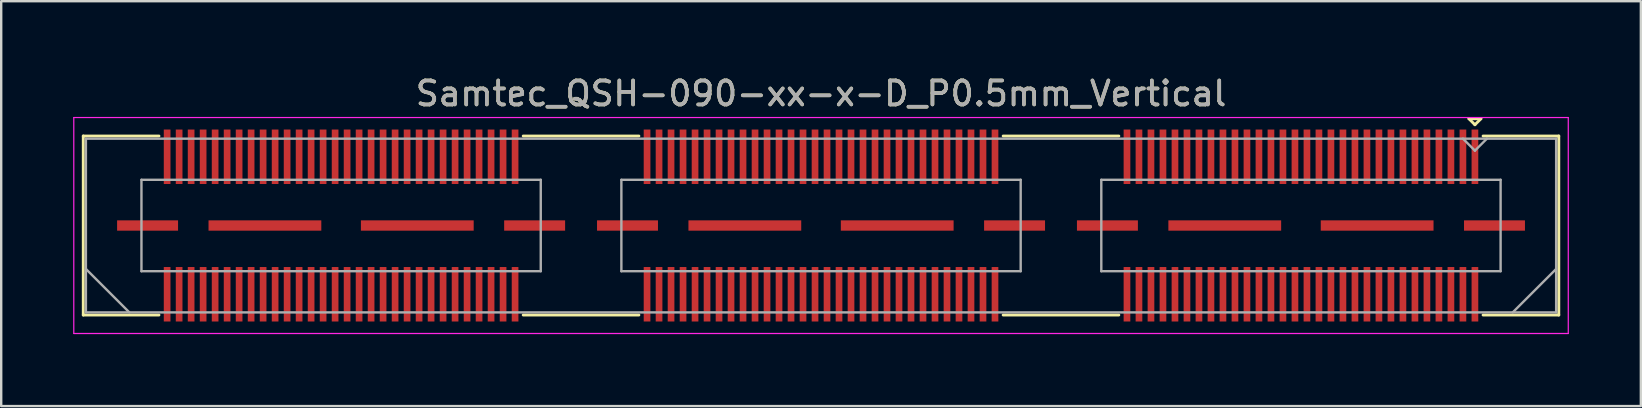
<source format=kicad_pcb>
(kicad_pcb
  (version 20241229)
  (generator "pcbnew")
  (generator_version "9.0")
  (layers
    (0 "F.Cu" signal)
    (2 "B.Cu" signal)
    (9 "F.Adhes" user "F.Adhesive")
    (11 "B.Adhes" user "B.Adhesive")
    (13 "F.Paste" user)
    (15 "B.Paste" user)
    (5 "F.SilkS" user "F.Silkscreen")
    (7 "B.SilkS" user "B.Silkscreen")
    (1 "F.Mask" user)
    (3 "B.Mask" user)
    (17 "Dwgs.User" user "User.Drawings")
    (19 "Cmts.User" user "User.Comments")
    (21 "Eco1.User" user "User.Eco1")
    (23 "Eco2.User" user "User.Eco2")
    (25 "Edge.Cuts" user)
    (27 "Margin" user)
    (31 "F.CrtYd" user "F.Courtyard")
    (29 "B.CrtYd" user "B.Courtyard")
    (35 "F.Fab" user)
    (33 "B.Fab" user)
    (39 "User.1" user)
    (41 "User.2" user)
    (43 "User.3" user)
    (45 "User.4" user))
  (footprint "Samtec_QSH-090-xx-x-D_P0.5mm_Vertical"
    (layer "F.Cu")
    (at 31.165 6.348)
    (property "Reference" "Samtec_QSH-090-xx-x-D_P0.5mm_Vertical" (at 0 -5.5 0) (layer "F.SilkS") (effects (font (size 1 1) (thickness 0.15))))
    (attr smd)
    (fp_line (start -30.745 -3.73) (end -27.59 -3.73) (stroke (width 0.12) (type solid)) (layer "F.SilkS"))
    (fp_line (start -30.745 3.73) (end -30.745 -3.73) (stroke (width 0.12) (type solid)) (layer "F.SilkS"))
    (fp_line (start -27.59 3.73) (end -30.745 3.73) (stroke (width 0.12) (type solid)) (layer "F.SilkS"))
    (fp_line (start -7.59 -3.73) (end -12.411 -3.73) (stroke (width 0.12) (type solid)) (layer "F.SilkS"))
    (fp_line (start -7.59 3.73) (end -12.411 3.73) (stroke (width 0.12) (type solid)) (layer "F.SilkS"))
    (fp_line (start 12.411 -3.73) (end 7.59 -3.73) (stroke (width 0.12) (type solid)) (layer "F.SilkS"))
    (fp_line (start 12.411 3.73) (end 7.59 3.73) (stroke (width 0.12) (type solid)) (layer "F.SilkS"))
    (fp_line (start 27 -4.45) (end 27.5 -4.45) (stroke (width 0.12) (type solid)) (layer "F.SilkS"))
    (fp_line (start 27.25 -4.2) (end 27 -4.45) (stroke (width 0.12) (type solid)) (layer "F.SilkS"))
    (fp_line (start 27.5 -4.45) (end 27.25 -4.2) (stroke (width 0.12) (type solid)) (layer "F.SilkS"))
    (fp_line (start 27.59 3.73) (end 30.745 3.73) (stroke (width 0.12) (type solid)) (layer "F.SilkS"))
    (fp_line (start 30.745 -3.73) (end 27.59 -3.73) (stroke (width 0.12) (type solid)) (layer "F.SilkS"))
    (fp_line (start 30.745 3.73) (end 30.745 -3.73) (stroke (width 0.12) (type solid)) (layer "F.SilkS"))
    (fp_line (start -31.14 -4.5) (end -31.14 4.5) (stroke (width 0.05) (type solid)) (layer "F.CrtYd"))
    (fp_line (start -31.14 4.5) (end 31.14 4.5) (stroke (width 0.05) (type solid)) (layer "F.CrtYd"))
    (fp_line (start 31.14 -4.5) (end -31.14 -4.5) (stroke (width 0.05) (type solid)) (layer "F.CrtYd"))
    (fp_line (start 31.14 4.5) (end 31.14 -4.5) (stroke (width 0.05) (type solid)) (layer "F.CrtYd"))
    (fp_line (start -30.635 -3.62) (end -30.635 3.62) (stroke (width 0.1) (type solid)) (layer "F.Fab"))
    (fp_line (start -30.635 1.81) (end -28.825 3.62) (stroke (width 0.1) (type solid)) (layer "F.Fab"))
    (fp_line (start -30.635 3.62) (end 30.635 3.62) (stroke (width 0.1) (type solid)) (layer "F.Fab"))
    (fp_line (start -28.32 -1.905) (end -28.32 1.905) (stroke (width 0.1) (type solid)) (layer "F.Fab"))
    (fp_line (start -28.32 1.905) (end -11.68 1.905) (stroke (width 0.1) (type solid)) (layer "F.Fab"))
    (fp_line (start -11.68 -1.905) (end -28.32 -1.905) (stroke (width 0.1) (type solid)) (layer "F.Fab"))
    (fp_line (start -11.68 1.905) (end -11.68 -1.905) (stroke (width 0.1) (type solid)) (layer "F.Fab"))
    (fp_line (start -8.32 -1.905) (end -8.32 1.905) (stroke (width 0.1) (type solid)) (layer "F.Fab"))
    (fp_line (start -8.32 1.905) (end 8.32 1.905) (stroke (width 0.1) (type solid)) (layer "F.Fab"))
    (fp_line (start 8.32 -1.905) (end -8.32 -1.905) (stroke (width 0.1) (type solid)) (layer "F.Fab"))
    (fp_line (start 8.32 1.905) (end 8.32 -1.905) (stroke (width 0.1) (type solid)) (layer "F.Fab"))
    (fp_line (start 11.68 -1.905) (end 11.68 1.905) (stroke (width 0.1) (type solid)) (layer "F.Fab"))
    (fp_line (start 11.68 1.905) (end 28.32 1.905) (stroke (width 0.1) (type solid)) (layer "F.Fab"))
    (fp_line (start 27.25 -3.12) (end 26.75 -3.62) (stroke (width 0.1) (type solid)) (layer "F.Fab"))
    (fp_line (start 27.75 -3.62) (end 27.25 -3.12) (stroke (width 0.1) (type solid)) (layer "F.Fab"))
    (fp_line (start 28.32 -1.905) (end 11.68 -1.905) (stroke (width 0.1) (type solid)) (layer "F.Fab"))
    (fp_line (start 28.32 1.905) (end 28.32 -1.905) (stroke (width 0.1) (type solid)) (layer "F.Fab"))
    (fp_line (start 30.635 -3.62) (end -30.635 -3.62) (stroke (width 0.1) (type solid)) (layer "F.Fab"))
    (fp_line (start 30.635 1.81) (end 28.825 3.62) (stroke (width 0.1) (type solid)) (layer "F.Fab"))
    (fp_line (start 30.635 3.62) (end 30.635 -3.62) (stroke (width 0.1) (type solid)) (layer "F.Fab"))
    (fp_text user "${REFERENCE}" (at 0 -5.5 0) (layer "F.Fab") (effects (font (size 1 1) (thickness 0.15))))
    (pad "1" smd rect (at 27.25 -2.865) (size 0.279 2.27) (layers "F.Cu" "F.Mask" "F.Paste"))
    (pad "2" smd rect (at 27.25 2.865) (size 0.279 2.27) (layers "F.Cu" "F.Mask" "F.Paste"))
    (pad "3" smd rect (at 26.75 -2.865) (size 0.279 2.27) (layers "F.Cu" "F.Mask" "F.Paste"))
    (pad "4" smd rect (at 26.75 2.865) (size 0.279 2.27) (layers "F.Cu" "F.Mask" "F.Paste"))
    (pad "5" smd rect (at 26.25 -2.865) (size 0.279 2.27) (layers "F.Cu" "F.Mask" "F.Paste"))
    (pad "6" smd rect (at 26.25 2.865) (size 0.279 2.27) (layers "F.Cu" "F.Mask" "F.Paste"))
    (pad "7" smd rect (at 25.75 -2.865) (size 0.279 2.27) (layers "F.Cu" "F.Mask" "F.Paste"))
    (pad "8" smd rect (at 25.75 2.865) (size 0.279 2.27) (layers "F.Cu" "F.Mask" "F.Paste"))
    (pad "9" smd rect (at 25.25 -2.865) (size 0.279 2.27) (layers "F.Cu" "F.Mask" "F.Paste"))
    (pad "10" smd rect (at 25.25 2.865) (size 0.279 2.27) (layers "F.Cu" "F.Mask" "F.Paste"))
    (pad "11" smd rect (at 24.75 -2.865) (size 0.279 2.27) (layers "F.Cu" "F.Mask" "F.Paste"))
    (pad "12" smd rect (at 24.75 2.865) (size 0.279 2.27) (layers "F.Cu" "F.Mask" "F.Paste"))
    (pad "13" smd rect (at 24.25 -2.865) (size 0.279 2.27) (layers "F.Cu" "F.Mask" "F.Paste"))
    (pad "14" smd rect (at 24.25 2.865) (size 0.279 2.27) (layers "F.Cu" "F.Mask" "F.Paste"))
    (pad "15" smd rect (at 23.75 -2.865) (size 0.279 2.27) (layers "F.Cu" "F.Mask" "F.Paste"))
    (pad "16" smd rect (at 23.75 2.865) (size 0.279 2.27) (layers "F.Cu" "F.Mask" "F.Paste"))
    (pad "17" smd rect (at 23.25 -2.865) (size 0.279 2.27) (layers "F.Cu" "F.Mask" "F.Paste"))
    (pad "18" smd rect (at 23.25 2.865) (size 0.279 2.27) (layers "F.Cu" "F.Mask" "F.Paste"))
    (pad "19" smd rect (at 22.75 -2.865) (size 0.279 2.27) (layers "F.Cu" "F.Mask" "F.Paste"))
    (pad "20" smd rect (at 22.75 2.865) (size 0.279 2.27) (layers "F.Cu" "F.Mask" "F.Paste"))
    (pad "21" smd rect (at 22.25 -2.865) (size 0.279 2.27) (layers "F.Cu" "F.Mask" "F.Paste"))
    (pad "22" smd rect (at 22.25 2.865) (size 0.279 2.27) (layers "F.Cu" "F.Mask" "F.Paste"))
    (pad "23" smd rect (at 21.75 -2.865) (size 0.279 2.27) (layers "F.Cu" "F.Mask" "F.Paste"))
    (pad "24" smd rect (at 21.75 2.865) (size 0.279 2.27) (layers "F.Cu" "F.Mask" "F.Paste"))
    (pad "25" smd rect (at 21.25 -2.865) (size 0.279 2.27) (layers "F.Cu" "F.Mask" "F.Paste"))
    (pad "26" smd rect (at 21.25 2.865) (size 0.279 2.27) (layers "F.Cu" "F.Mask" "F.Paste"))
    (pad "27" smd rect (at 20.75 -2.865) (size 0.279 2.27) (layers "F.Cu" "F.Mask" "F.Paste"))
    (pad "28" smd rect (at 20.75 2.865) (size 0.279 2.27) (layers "F.Cu" "F.Mask" "F.Paste"))
    (pad "29" smd rect (at 20.25 -2.865) (size 0.279 2.27) (layers "F.Cu" "F.Mask" "F.Paste"))
    (pad "30" smd rect (at 20.25 2.865) (size 0.279 2.27) (layers "F.Cu" "F.Mask" "F.Paste"))
    (pad "31" smd rect (at 19.75 -2.865) (size 0.279 2.27) (layers "F.Cu" "F.Mask" "F.Paste"))
    (pad "32" smd rect (at 19.75 2.865) (size 0.279 2.27) (layers "F.Cu" "F.Mask" "F.Paste"))
    (pad "33" smd rect (at 19.25 -2.865) (size 0.279 2.27) (layers "F.Cu" "F.Mask" "F.Paste"))
    (pad "34" smd rect (at 19.25 2.865) (size 0.279 2.27) (layers "F.Cu" "F.Mask" "F.Paste"))
    (pad "35" smd rect (at 18.75 -2.865) (size 0.279 2.27) (layers "F.Cu" "F.Mask" "F.Paste"))
    (pad "36" smd rect (at 18.75 2.865) (size 0.279 2.27) (layers "F.Cu" "F.Mask" "F.Paste"))
    (pad "37" smd rect (at 18.25 -2.865) (size 0.279 2.27) (layers "F.Cu" "F.Mask" "F.Paste"))
    (pad "38" smd rect (at 18.25 2.865) (size 0.279 2.27) (layers "F.Cu" "F.Mask" "F.Paste"))
    (pad "39" smd rect (at 17.75 -2.865) (size 0.279 2.27) (layers "F.Cu" "F.Mask" "F.Paste"))
    (pad "40" smd rect (at 17.75 2.865) (size 0.279 2.27) (layers "F.Cu" "F.Mask" "F.Paste"))
    (pad "41" smd rect (at 17.25 -2.865) (size 0.279 2.27) (layers "F.Cu" "F.Mask" "F.Paste"))
    (pad "42" smd rect (at 17.25 2.865) (size 0.279 2.27) (layers "F.Cu" "F.Mask" "F.Paste"))
    (pad "43" smd rect (at 16.75 -2.865) (size 0.279 2.27) (layers "F.Cu" "F.Mask" "F.Paste"))
    (pad "44" smd rect (at 16.75 2.865) (size 0.279 2.27) (layers "F.Cu" "F.Mask" "F.Paste"))
    (pad "45" smd rect (at 16.25 -2.865) (size 0.279 2.27) (layers "F.Cu" "F.Mask" "F.Paste"))
    (pad "46" smd rect (at 16.25 2.865) (size 0.279 2.27) (layers "F.Cu" "F.Mask" "F.Paste"))
    (pad "47" smd rect (at 15.75 -2.865) (size 0.279 2.27) (layers "F.Cu" "F.Mask" "F.Paste"))
    (pad "48" smd rect (at 15.75 2.865) (size 0.279 2.27) (layers "F.Cu" "F.Mask" "F.Paste"))
    (pad "49" smd rect (at 15.25 -2.865) (size 0.279 2.27) (layers "F.Cu" "F.Mask" "F.Paste"))
    (pad "50" smd rect (at 15.25 2.865) (size 0.279 2.27) (layers "F.Cu" "F.Mask" "F.Paste"))
    (pad "51" smd rect (at 14.75 -2.865) (size 0.279 2.27) (layers "F.Cu" "F.Mask" "F.Paste"))
    (pad "52" smd rect (at 14.75 2.865) (size 0.279 2.27) (layers "F.Cu" "F.Mask" "F.Paste"))
    (pad "53" smd rect (at 14.25 -2.865) (size 0.279 2.27) (layers "F.Cu" "F.Mask" "F.Paste"))
    (pad "54" smd rect (at 14.25 2.865) (size 0.279 2.27) (layers "F.Cu" "F.Mask" "F.Paste"))
    (pad "55" smd rect (at 13.75 -2.865) (size 0.279 2.27) (layers "F.Cu" "F.Mask" "F.Paste"))
    (pad "56" smd rect (at 13.75 2.865) (size 0.279 2.27) (layers "F.Cu" "F.Mask" "F.Paste"))
    (pad "57" smd rect (at 13.25 -2.865) (size 0.279 2.27) (layers "F.Cu" "F.Mask" "F.Paste"))
    (pad "58" smd rect (at 13.25 2.865) (size 0.279 2.27) (layers "F.Cu" "F.Mask" "F.Paste"))
    (pad "59" smd rect (at 12.75 -2.865) (size 0.279 2.27) (layers "F.Cu" "F.Mask" "F.Paste"))
    (pad "60" smd rect (at 12.75 2.865) (size 0.279 2.27) (layers "F.Cu" "F.Mask" "F.Paste"))
    (pad "61" smd rect (at 7.25 -2.865) (size 0.279 2.27) (layers "F.Cu" "F.Mask" "F.Paste"))
    (pad "62" smd rect (at 7.25 2.865) (size 0.279 2.27) (layers "F.Cu" "F.Mask" "F.Paste"))
    (pad "63" smd rect (at 6.75 -2.865) (size 0.279 2.27) (layers "F.Cu" "F.Mask" "F.Paste"))
    (pad "64" smd rect (at 6.75 2.865) (size 0.279 2.27) (layers "F.Cu" "F.Mask" "F.Paste"))
    (pad "65" smd rect (at 6.25 -2.865) (size 0.279 2.27) (layers "F.Cu" "F.Mask" "F.Paste"))
    (pad "66" smd rect (at 6.25 2.865) (size 0.279 2.27) (layers "F.Cu" "F.Mask" "F.Paste"))
    (pad "67" smd rect (at 5.75 -2.865) (size 0.279 2.27) (layers "F.Cu" "F.Mask" "F.Paste"))
    (pad "68" smd rect (at 5.75 2.865) (size 0.279 2.27) (layers "F.Cu" "F.Mask" "F.Paste"))
    (pad "69" smd rect (at 5.25 -2.865) (size 0.279 2.27) (layers "F.Cu" "F.Mask" "F.Paste"))
    (pad "70" smd rect (at 5.25 2.865) (size 0.279 2.27) (layers "F.Cu" "F.Mask" "F.Paste"))
    (pad "71" smd rect (at 4.75 -2.865) (size 0.279 2.27) (layers "F.Cu" "F.Mask" "F.Paste"))
    (pad "72" smd rect (at 4.75 2.865) (size 0.279 2.27) (layers "F.Cu" "F.Mask" "F.Paste"))
    (pad "73" smd rect (at 4.25 -2.865) (size 0.279 2.27) (layers "F.Cu" "F.Mask" "F.Paste"))
    (pad "74" smd rect (at 4.25 2.865) (size 0.279 2.27) (layers "F.Cu" "F.Mask" "F.Paste"))
    (pad "75" smd rect (at 3.75 -2.865) (size 0.279 2.27) (layers "F.Cu" "F.Mask" "F.Paste"))
    (pad "76" smd rect (at 3.75 2.865) (size 0.279 2.27) (layers "F.Cu" "F.Mask" "F.Paste"))
    (pad "77" smd rect (at 3.25 -2.865) (size 0.279 2.27) (layers "F.Cu" "F.Mask" "F.Paste"))
    (pad "78" smd rect (at 3.25 2.865) (size 0.279 2.27) (layers "F.Cu" "F.Mask" "F.Paste"))
    (pad "79" smd rect (at 2.75 -2.865) (size 0.279 2.27) (layers "F.Cu" "F.Mask" "F.Paste"))
    (pad "80" smd rect (at 2.75 2.865) (size 0.279 2.27) (layers "F.Cu" "F.Mask" "F.Paste"))
    (pad "81" smd rect (at 2.25 -2.865) (size 0.279 2.27) (layers "F.Cu" "F.Mask" "F.Paste"))
    (pad "82" smd rect (at 2.25 2.865) (size 0.279 2.27) (layers "F.Cu" "F.Mask" "F.Paste"))
    (pad "83" smd rect (at 1.75 -2.865) (size 0.279 2.27) (layers "F.Cu" "F.Mask" "F.Paste"))
    (pad "84" smd rect (at 1.75 2.865) (size 0.279 2.27) (layers "F.Cu" "F.Mask" "F.Paste"))
    (pad "85" smd rect (at 1.25 -2.865) (size 0.279 2.27) (layers "F.Cu" "F.Mask" "F.Paste"))
    (pad "86" smd rect (at 1.25 2.865) (size 0.279 2.27) (layers "F.Cu" "F.Mask" "F.Paste"))
    (pad "87" smd rect (at 0.75 -2.865) (size 0.279 2.27) (layers "F.Cu" "F.Mask" "F.Paste"))
    (pad "88" smd rect (at 0.75 2.865) (size 0.279 2.27) (layers "F.Cu" "F.Mask" "F.Paste"))
    (pad "89" smd rect (at 0.25 -2.865) (size 0.279 2.27) (layers "F.Cu" "F.Mask" "F.Paste"))
    (pad "90" smd rect (at 0.25 2.865) (size 0.279 2.27) (layers "F.Cu" "F.Mask" "F.Paste"))
    (pad "91" smd rect (at -0.25 -2.865) (size 0.279 2.27) (layers "F.Cu" "F.Mask" "F.Paste"))
    (pad "92" smd rect (at -0.25 2.865) (size 0.279 2.27) (layers "F.Cu" "F.Mask" "F.Paste"))
    (pad "93" smd rect (at -0.75 -2.865) (size 0.279 2.27) (layers "F.Cu" "F.Mask" "F.Paste"))
    (pad "94" smd rect (at -0.75 2.865) (size 0.279 2.27) (layers "F.Cu" "F.Mask" "F.Paste"))
    (pad "95" smd rect (at -1.25 -2.865) (size 0.279 2.27) (layers "F.Cu" "F.Mask" "F.Paste"))
    (pad "96" smd rect (at -1.25 2.865) (size 0.279 2.27) (layers "F.Cu" "F.Mask" "F.Paste"))
    (pad "97" smd rect (at -1.75 -2.865) (size 0.279 2.27) (layers "F.Cu" "F.Mask" "F.Paste"))
    (pad "98" smd rect (at -1.75 2.865) (size 0.279 2.27) (layers "F.Cu" "F.Mask" "F.Paste"))
    (pad "99" smd rect (at -2.25 -2.865) (size 0.279 2.27) (layers "F.Cu" "F.Mask" "F.Paste"))
    (pad "100" smd rect (at -2.25 2.865) (size 0.279 2.27) (layers "F.Cu" "F.Mask" "F.Paste"))
    (pad "101" smd rect (at -2.75 -2.865) (size 0.279 2.27) (layers "F.Cu" "F.Mask" "F.Paste"))
    (pad "102" smd rect (at -2.75 2.865) (size 0.279 2.27) (layers "F.Cu" "F.Mask" "F.Paste"))
    (pad "103" smd rect (at -3.25 -2.865) (size 0.279 2.27) (layers "F.Cu" "F.Mask" "F.Paste"))
    (pad "104" smd rect (at -3.25 2.865) (size 0.279 2.27) (layers "F.Cu" "F.Mask" "F.Paste"))
    (pad "105" smd rect (at -3.75 -2.865) (size 0.279 2.27) (layers "F.Cu" "F.Mask" "F.Paste"))
    (pad "106" smd rect (at -3.75 2.865) (size 0.279 2.27) (layers "F.Cu" "F.Mask" "F.Paste"))
    (pad "107" smd rect (at -4.25 -2.865) (size 0.279 2.27) (layers "F.Cu" "F.Mask" "F.Paste"))
    (pad "108" smd rect (at -4.25 2.865) (size 0.279 2.27) (layers "F.Cu" "F.Mask" "F.Paste"))
    (pad "109" smd rect (at -4.75 -2.865) (size 0.279 2.27) (layers "F.Cu" "F.Mask" "F.Paste"))
    (pad "110" smd rect (at -4.75 2.865) (size 0.279 2.27) (layers "F.Cu" "F.Mask" "F.Paste"))
    (pad "111" smd rect (at -5.25 -2.865) (size 0.279 2.27) (layers "F.Cu" "F.Mask" "F.Paste"))
    (pad "112" smd rect (at -5.25 2.865) (size 0.279 2.27) (layers "F.Cu" "F.Mask" "F.Paste"))
    (pad "113" smd rect (at -5.75 -2.865) (size 0.279 2.27) (layers "F.Cu" "F.Mask" "F.Paste"))
    (pad "114" smd rect (at -5.75 2.865) (size 0.279 2.27) (layers "F.Cu" "F.Mask" "F.Paste"))
    (pad "115" smd rect (at -6.25 -2.865) (size 0.279 2.27) (layers "F.Cu" "F.Mask" "F.Paste"))
    (pad "116" smd rect (at -6.25 2.865) (size 0.279 2.27) (layers "F.Cu" "F.Mask" "F.Paste"))
    (pad "117" smd rect (at -6.75 -2.865) (size 0.279 2.27) (layers "F.Cu" "F.Mask" "F.Paste"))
    (pad "118" smd rect (at -6.75 2.865) (size 0.279 2.27) (layers "F.Cu" "F.Mask" "F.Paste"))
    (pad "119" smd rect (at -7.25 -2.865) (size 0.279 2.27) (layers "F.Cu" "F.Mask" "F.Paste"))
    (pad "120" smd rect (at -7.25 2.865) (size 0.279 2.27) (layers "F.Cu" "F.Mask" "F.Paste"))
    (pad "121" smd rect (at -12.75 -2.865) (size 0.279 2.27) (layers "F.Cu" "F.Mask" "F.Paste"))
    (pad "122" smd rect (at -12.75 2.865) (size 0.279 2.27) (layers "F.Cu" "F.Mask" "F.Paste"))
    (pad "123" smd rect (at -13.25 -2.865) (size 0.279 2.27) (layers "F.Cu" "F.Mask" "F.Paste"))
    (pad "124" smd rect (at -13.25 2.865) (size 0.279 2.27) (layers "F.Cu" "F.Mask" "F.Paste"))
    (pad "125" smd rect (at -13.75 -2.865) (size 0.279 2.27) (layers "F.Cu" "F.Mask" "F.Paste"))
    (pad "126" smd rect (at -13.75 2.865) (size 0.279 2.27) (layers "F.Cu" "F.Mask" "F.Paste"))
    (pad "127" smd rect (at -14.25 -2.865) (size 0.279 2.27) (layers "F.Cu" "F.Mask" "F.Paste"))
    (pad "128" smd rect (at -14.25 2.865) (size 0.279 2.27) (layers "F.Cu" "F.Mask" "F.Paste"))
    (pad "129" smd rect (at -14.75 -2.865) (size 0.279 2.27) (layers "F.Cu" "F.Mask" "F.Paste"))
    (pad "130" smd rect (at -14.75 2.865) (size 0.279 2.27) (layers "F.Cu" "F.Mask" "F.Paste"))
    (pad "131" smd rect (at -15.25 -2.865) (size 0.279 2.27) (layers "F.Cu" "F.Mask" "F.Paste"))
    (pad "132" smd rect (at -15.25 2.865) (size 0.279 2.27) (layers "F.Cu" "F.Mask" "F.Paste"))
    (pad "133" smd rect (at -15.75 -2.865) (size 0.279 2.27) (layers "F.Cu" "F.Mask" "F.Paste"))
    (pad "134" smd rect (at -15.75 2.865) (size 0.279 2.27) (layers "F.Cu" "F.Mask" "F.Paste"))
    (pad "135" smd rect (at -16.25 -2.865) (size 0.279 2.27) (layers "F.Cu" "F.Mask" "F.Paste"))
    (pad "136" smd rect (at -16.25 2.865) (size 0.279 2.27) (layers "F.Cu" "F.Mask" "F.Paste"))
    (pad "137" smd rect (at -16.75 -2.865) (size 0.279 2.27) (layers "F.Cu" "F.Mask" "F.Paste"))
    (pad "138" smd rect (at -16.75 2.865) (size 0.279 2.27) (layers "F.Cu" "F.Mask" "F.Paste"))
    (pad "139" smd rect (at -17.25 -2.865) (size 0.279 2.27) (layers "F.Cu" "F.Mask" "F.Paste"))
    (pad "140" smd rect (at -17.25 2.865) (size 0.279 2.27) (layers "F.Cu" "F.Mask" "F.Paste"))
    (pad "141" smd rect (at -17.75 -2.865) (size 0.279 2.27) (layers "F.Cu" "F.Mask" "F.Paste"))
    (pad "142" smd rect (at -17.75 2.865) (size 0.279 2.27) (layers "F.Cu" "F.Mask" "F.Paste"))
    (pad "143" smd rect (at -18.25 -2.865) (size 0.279 2.27) (layers "F.Cu" "F.Mask" "F.Paste"))
    (pad "144" smd rect (at -18.25 2.865) (size 0.279 2.27) (layers "F.Cu" "F.Mask" "F.Paste"))
    (pad "145" smd rect (at -18.75 -2.865) (size 0.279 2.27) (layers "F.Cu" "F.Mask" "F.Paste"))
    (pad "146" smd rect (at -18.75 2.865) (size 0.279 2.27) (layers "F.Cu" "F.Mask" "F.Paste"))
    (pad "147" smd rect (at -19.25 -2.865) (size 0.279 2.27) (layers "F.Cu" "F.Mask" "F.Paste"))
    (pad "148" smd rect (at -19.25 2.865) (size 0.279 2.27) (layers "F.Cu" "F.Mask" "F.Paste"))
    (pad "149" smd rect (at -19.75 -2.865) (size 0.279 2.27) (layers "F.Cu" "F.Mask" "F.Paste"))
    (pad "150" smd rect (at -19.75 2.865) (size 0.279 2.27) (layers "F.Cu" "F.Mask" "F.Paste"))
    (pad "151" smd rect (at -20.25 -2.865) (size 0.279 2.27) (layers "F.Cu" "F.Mask" "F.Paste"))
    (pad "152" smd rect (at -20.25 2.865) (size 0.279 2.27) (layers "F.Cu" "F.Mask" "F.Paste"))
    (pad "153" smd rect (at -20.75 -2.865) (size 0.279 2.27) (layers "F.Cu" "F.Mask" "F.Paste"))
    (pad "154" smd rect (at -20.75 2.865) (size 0.279 2.27) (layers "F.Cu" "F.Mask" "F.Paste"))
    (pad "155" smd rect (at -21.25 -2.865) (size 0.279 2.27) (layers "F.Cu" "F.Mask" "F.Paste"))
    (pad "156" smd rect (at -21.25 2.865) (size 0.279 2.27) (layers "F.Cu" "F.Mask" "F.Paste"))
    (pad "157" smd rect (at -21.75 -2.865) (size 0.279 2.27) (layers "F.Cu" "F.Mask" "F.Paste"))
    (pad "158" smd rect (at -21.75 2.865) (size 0.279 2.27) (layers "F.Cu" "F.Mask" "F.Paste"))
    (pad "159" smd rect (at -22.25 -2.865) (size 0.279 2.27) (layers "F.Cu" "F.Mask" "F.Paste"))
    (pad "160" smd rect (at -22.25 2.865) (size 0.279 2.27) (layers "F.Cu" "F.Mask" "F.Paste"))
    (pad "161" smd rect (at -22.75 -2.865) (size 0.279 2.27) (layers "F.Cu" "F.Mask" "F.Paste"))
    (pad "162" smd rect (at -22.75 2.865) (size 0.279 2.27) (layers "F.Cu" "F.Mask" "F.Paste"))
    (pad "163" smd rect (at -23.25 -2.865) (size 0.279 2.27) (layers "F.Cu" "F.Mask" "F.Paste"))
    (pad "164" smd rect (at -23.25 2.865) (size 0.279 2.27) (layers "F.Cu" "F.Mask" "F.Paste"))
    (pad "165" smd rect (at -23.75 -2.865) (size 0.279 2.27) (layers "F.Cu" "F.Mask" "F.Paste"))
    (pad "166" smd rect (at -23.75 2.865) (size 0.279 2.27) (layers "F.Cu" "F.Mask" "F.Paste"))
    (pad "167" smd rect (at -24.25 -2.865) (size 0.279 2.27) (layers "F.Cu" "F.Mask" "F.Paste"))
    (pad "168" smd rect (at -24.25 2.865) (size 0.279 2.27) (layers "F.Cu" "F.Mask" "F.Paste"))
    (pad "169" smd rect (at -24.75 -2.865) (size 0.279 2.27) (layers "F.Cu" "F.Mask" "F.Paste"))
    (pad "170" smd rect (at -24.75 2.865) (size 0.279 2.27) (layers "F.Cu" "F.Mask" "F.Paste"))
    (pad "171" smd rect (at -25.25 -2.865) (size 0.279 2.27) (layers "F.Cu" "F.Mask" "F.Paste"))
    (pad "172" smd rect (at -25.25 2.865) (size 0.279 2.27) (layers "F.Cu" "F.Mask" "F.Paste"))
    (pad "173" smd rect (at -25.75 -2.865) (size 0.279 2.27) (layers "F.Cu" "F.Mask" "F.Paste"))
    (pad "174" smd rect (at -25.75 2.865) (size 0.279 2.27) (layers "F.Cu" "F.Mask" "F.Paste"))
    (pad "175" smd rect (at -26.25 -2.865) (size 0.279 2.27) (layers "F.Cu" "F.Mask" "F.Paste"))
    (pad "176" smd rect (at -26.25 2.865) (size 0.279 2.27) (layers "F.Cu" "F.Mask" "F.Paste"))
    (pad "177" smd rect (at -26.75 -2.865) (size 0.279 2.27) (layers "F.Cu" "F.Mask" "F.Paste"))
    (pad "178" smd rect (at -26.75 2.865) (size 0.279 2.27) (layers "F.Cu" "F.Mask" "F.Paste"))
    (pad "179" smd rect (at -27.25 -2.865) (size 0.279 2.27) (layers "F.Cu" "F.Mask" "F.Paste"))
    (pad "180" smd rect (at -27.25 2.865) (size 0.279 2.27) (layers "F.Cu" "F.Mask" "F.Paste"))
    (pad "P1" smd rect (at 11.935 0) (size 2.54 0.43) (layers "F.Cu" "F.Mask" "F.Paste"))
    (pad "P1" smd rect (at 16.825 0) (size 4.7 0.43) (layers "F.Cu" "F.Mask" "F.Paste"))
    (pad "P1" smd rect (at 23.175 0) (size 4.7 0.43) (layers "F.Cu" "F.Mask" "F.Paste"))
    (pad "P1" smd rect (at 28.065 0) (size 2.54 0.43) (layers "F.Cu" "F.Mask" "F.Paste"))
    (pad "P2" smd rect (at -8.065 0) (size 2.54 0.43) (layers "F.Cu" "F.Mask" "F.Paste"))
    (pad "P2" smd rect (at -3.175 0) (size 4.7 0.43) (layers "F.Cu" "F.Mask" "F.Paste"))
    (pad "P2" smd rect (at 3.175 0) (size 4.7 0.43) (layers "F.Cu" "F.Mask" "F.Paste"))
    (pad "P2" smd rect (at 8.065 0) (size 2.54 0.43) (layers "F.Cu" "F.Mask" "F.Paste"))
    (pad "P3" smd rect (at -28.065 0) (size 2.54 0.43) (layers "F.Cu" "F.Mask" "F.Paste"))
    (pad "P3" smd rect (at -23.175 0) (size 4.7 0.43) (layers "F.Cu" "F.Mask" "F.Paste"))
    (pad "P3" smd rect (at -16.825 0) (size 4.7 0.43) (layers "F.Cu" "F.Mask" "F.Paste"))
    (pad "P3" smd rect (at -11.935 0) (size 2.54 0.43) (layers "F.Cu" "F.Mask" "F.Paste")))
  (gr_rect
    (start -3 -3)
    (end 65.33 13.873)
    (stroke (width 0.1) (type default))
    (fill no)
    (layer "Edge.Cuts")))
</source>
